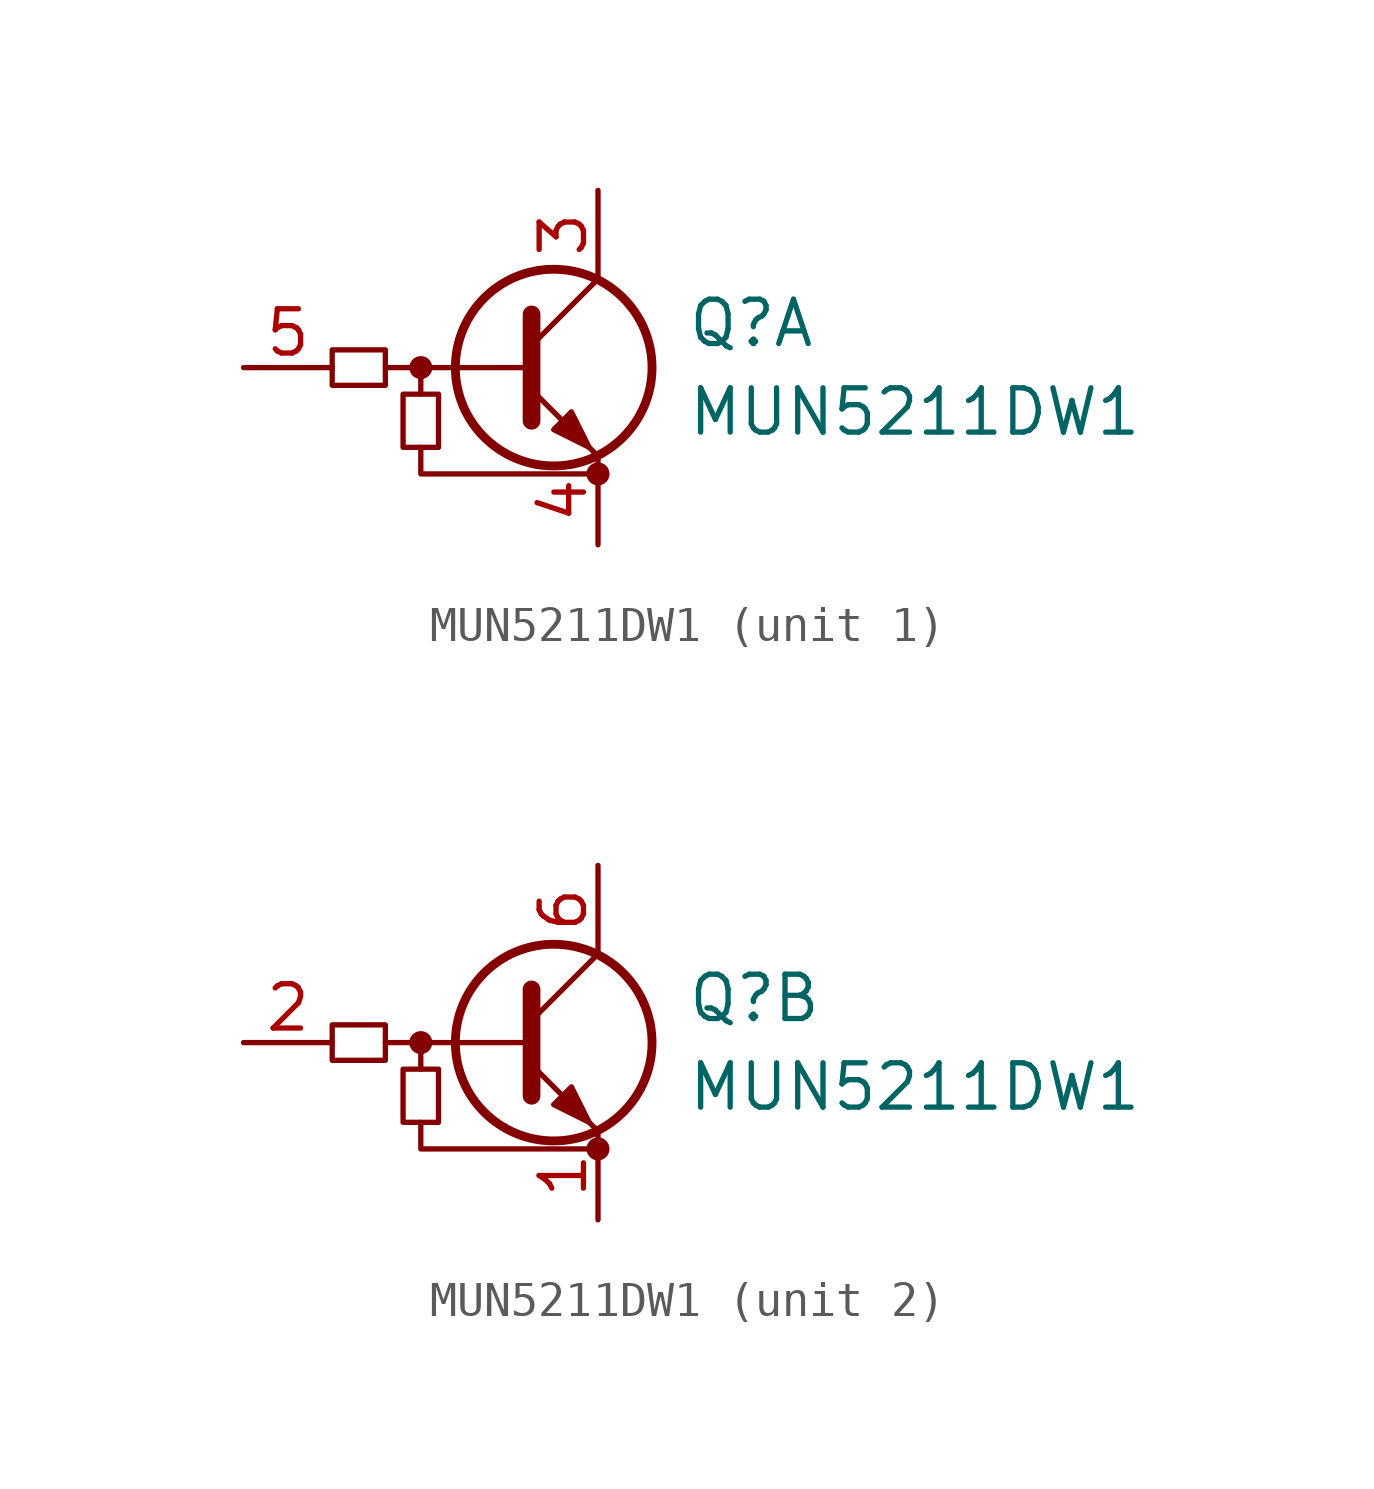
<source format=kicad_sym>
(kicad_symbol_lib
  (version 20231120)
  (generator "kicad_symbol_editor")
  (generator_version "8.0")
  (symbol "MUN5211DW1"
    (pin_names hide)
    (property "Reference" "Q"
      (at 5.08 1.27 0)
      (effects (font (size 1.27 1.27)) (justify left)))
    (property "Value" "MUN5211DW1"
      (at 5.08 -1.27 0)
      (effects (font (size 1.27 1.27)) (justify left)))
    (symbol "MUN5211DW1_0_1"
      (rectangle (start -5.08 0.508) (end -3.556 -0.508) (stroke (width 0) (type default)) (fill (type none)))
      (rectangle (start -3.048 -0.762) (end -2.032 -2.286) (stroke (width 0) (type default)) (fill (type none)))
      (circle (center -2.54 0) (radius 0.254) (stroke (width 0) (type default)) (fill (type outline)))
      (polyline (pts (xy -2.54 -0.762) (xy -2.54 0)) (stroke (width 0) (type default)) (fill (type none)))
      (polyline (pts (xy 0.508 0) (xy -3.556 0)) (stroke (width 0) (type default)) (fill (type none)))
      (polyline (pts (xy 0.635 1.524) (xy 0.635 -1.524)) (stroke (width 0.508) (type default)) (fill (type none)))
      (polyline (pts (xy -2.54 -2.286) (xy -2.54 -3.048) (xy 2.54 -3.048)) (stroke (width 0) (type default)) (fill (type none)))
      (circle (center 2.54 -3.048) (radius 0.254) (stroke (width 0) (type default)) (fill (type outline))))
    (symbol "MUN5211DW1_1_1"
      (polyline (pts (xy 0.635 -0.635) (xy 2.54 -2.54)) (stroke (width 0) (type default)) (fill (type none)))
      (polyline (pts (xy 0.635 0.635) (xy 2.54 2.54)) (stroke (width 0) (type default)) (fill (type none)))
      (polyline (pts (xy 1.27 -1.778) (xy 1.778 -1.27) (xy 2.286 -2.286) (xy 1.27 -1.778)) (stroke (width 0) (type default)) (fill (type outline)))
      (circle (center 1.27 0) (radius 2.819) (stroke (width 0.254) (type default)) (fill (type none)))
      (pin passive line (at 2.54 5.08 270) (length 2.54) (name "C1" (effects (font (size 1.27 1.27)))) (number "3" (effects (font (size 1.27 1.27)))))
      (pin passive line (at 2.54 -5.08 90) (length 2.54) (name "E1" (effects (font (size 1.27 1.27)))) (number "4" (effects (font (size 1.27 1.27)))))
      (pin input line (at -7.62 0 0) (length 2.54) (name "B1" (effects (font (size 1.27 1.27)))) (number "5" (effects (font (size 1.27 1.27))))))
    (symbol "MUN5211DW1_2_1"
      (polyline (pts (xy 0.635 -0.635) (xy 2.54 -2.54)) (stroke (width 0) (type default)) (fill (type none)))
      (polyline (pts (xy 0.635 0.635) (xy 2.54 2.54)) (stroke (width 0) (type default)) (fill (type none)))
      (polyline (pts (xy 1.27 -1.778) (xy 1.778 -1.27) (xy 2.286 -2.286) (xy 1.27 -1.778)) (stroke (width 0) (type default)) (fill (type outline)))
      (circle (center 1.27 0) (radius 2.819) (stroke (width 0.254) (type default)) (fill (type none)))
      (pin passive line (at 2.54 -5.08 90) (length 2.54) (name "E2" (effects (font (size 1.27 1.27)))) (number "1" (effects (font (size 1.27 1.27)))))
      (pin input line (at -7.62 0 0) (length 2.54) (name "B2" (effects (font (size 1.27 1.27)))) (number "2" (effects (font (size 1.27 1.27)))))
      (pin passive line (at 2.54 5.08 270) (length 2.54) (name "C2" (effects (font (size 1.27 1.27)))) (number "6" (effects (font (size 1.27 1.27))))))))
</source>
